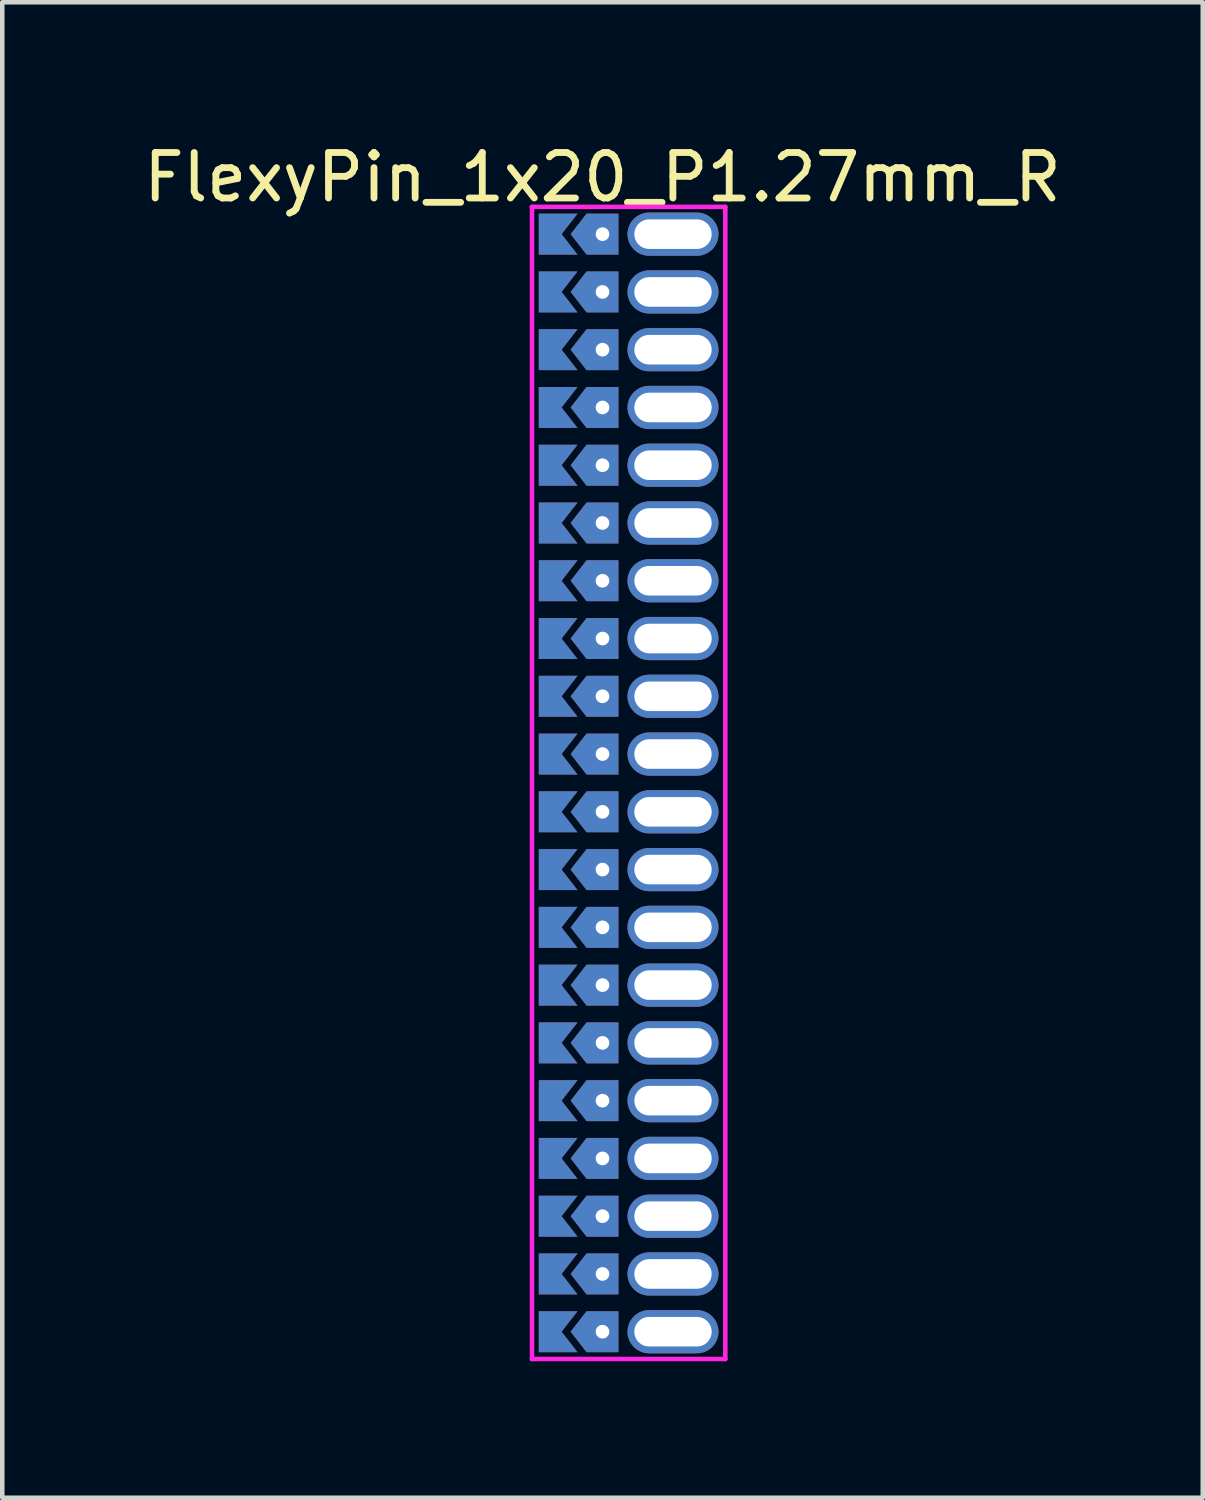
<source format=kicad_pcb>
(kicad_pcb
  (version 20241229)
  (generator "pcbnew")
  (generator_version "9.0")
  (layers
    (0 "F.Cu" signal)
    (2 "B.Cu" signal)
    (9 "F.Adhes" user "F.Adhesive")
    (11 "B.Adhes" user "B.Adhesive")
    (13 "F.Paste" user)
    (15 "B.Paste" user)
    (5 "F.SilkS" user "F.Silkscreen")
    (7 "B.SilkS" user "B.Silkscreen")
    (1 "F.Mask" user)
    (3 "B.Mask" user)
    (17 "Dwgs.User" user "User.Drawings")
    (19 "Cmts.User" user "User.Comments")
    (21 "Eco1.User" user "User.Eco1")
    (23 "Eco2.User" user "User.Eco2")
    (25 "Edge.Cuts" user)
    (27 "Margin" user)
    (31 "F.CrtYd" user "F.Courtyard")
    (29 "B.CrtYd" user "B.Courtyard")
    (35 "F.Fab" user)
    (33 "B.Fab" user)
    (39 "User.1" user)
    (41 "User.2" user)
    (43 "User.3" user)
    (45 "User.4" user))
  (footprint "FlexyPin_1x20_P1.27mm_R"
    (layer "F.Cu")
    (at 10.196 2.098)
    (property "Reference" "FlexyPin_1x20_P1.27mm_R" (at 0 -1.25 0) (layer "F.SilkS") (effects (font (size 1 1) (thickness 0.15))))
    (attr through_hole)
    (fp_line (start -1.55 -0.6) (end 2.7 -0.6) (stroke (width 0.1) (type solid)) (layer "F.CrtYd"))
    (fp_line (start -1.55 24.73) (end -1.55 -0.6) (stroke (width 0.1) (type solid)) (layer "F.CrtYd"))
    (fp_line (start 2.7 -0.6) (end 2.7 24.73) (stroke (width 0.1) (type solid)) (layer "F.CrtYd"))
    (fp_line (start 2.7 24.73) (end -1.55 24.73) (stroke (width 0.1) (type solid)) (layer "F.CrtYd"))
    (pad "" thru_hole custom (at 0 0) (size 0.3 0.3) (drill 0.6) (layers "*.Cu" "*.Mask") (options (anchor rect)) (primitives (gr_poly (pts (xy 0.35 0.45) (xy 0.35 -0.45) (xy -0.35 -0.45) (xy -0.7 0) (xy -0.35 0.45)) (width 0) (fill yes))))
    (pad "" thru_hole custom (at 0 1.27) (size 0.3 0.3) (drill 0.6) (layers "*.Cu" "*.Mask") (options (anchor rect)) (primitives (gr_poly (pts (xy 0.35 0.45) (xy 0.35 -0.45) (xy -0.35 -0.45) (xy -0.7 0) (xy -0.35 0.45)) (width 0) (fill yes))))
    (pad "" thru_hole custom (at 0 2.54) (size 0.3 0.3) (drill 0.6) (layers "*.Cu" "*.Mask") (options (anchor rect)) (primitives (gr_poly (pts (xy 0.35 0.45) (xy 0.35 -0.45) (xy -0.35 -0.45) (xy -0.7 0) (xy -0.35 0.45)) (width 0) (fill yes))))
    (pad "" thru_hole custom (at 0 3.81) (size 0.3 0.3) (drill 0.6) (layers "*.Cu" "*.Mask") (options (anchor rect)) (primitives (gr_poly (pts (xy 0.35 0.45) (xy 0.35 -0.45) (xy -0.35 -0.45) (xy -0.7 0) (xy -0.35 0.45)) (width 0) (fill yes))))
    (pad "" thru_hole custom (at 0 5.08) (size 0.3 0.3) (drill 0.6) (layers "*.Cu" "*.Mask") (options (anchor rect)) (primitives (gr_poly (pts (xy 0.35 0.45) (xy 0.35 -0.45) (xy -0.35 -0.45) (xy -0.7 0) (xy -0.35 0.45)) (width 0) (fill yes))))
    (pad "" thru_hole custom (at 0 6.35) (size 0.3 0.3) (drill 0.6) (layers "*.Cu" "*.Mask") (options (anchor rect)) (primitives (gr_poly (pts (xy 0.35 0.45) (xy 0.35 -0.45) (xy -0.35 -0.45) (xy -0.7 0) (xy -0.35 0.45)) (width 0) (fill yes))))
    (pad "" thru_hole custom (at 0 7.62) (size 0.3 0.3) (drill 0.6) (layers "*.Cu" "*.Mask") (options (anchor rect)) (primitives (gr_poly (pts (xy 0.35 0.45) (xy 0.35 -0.45) (xy -0.35 -0.45) (xy -0.7 0) (xy -0.35 0.45)) (width 0) (fill yes))))
    (pad "" thru_hole custom (at 0 8.89) (size 0.3 0.3) (drill 0.6) (layers "*.Cu" "*.Mask") (options (anchor rect)) (primitives (gr_poly (pts (xy 0.35 0.45) (xy 0.35 -0.45) (xy -0.35 -0.45) (xy -0.7 0) (xy -0.35 0.45)) (width 0) (fill yes))))
    (pad "" thru_hole custom (at 0 10.16) (size 0.3 0.3) (drill 0.6) (layers "*.Cu" "*.Mask") (options (anchor rect)) (primitives (gr_poly (pts (xy 0.35 0.45) (xy 0.35 -0.45) (xy -0.35 -0.45) (xy -0.7 0) (xy -0.35 0.45)) (width 0) (fill yes))))
    (pad "" thru_hole custom (at 0 11.43) (size 0.3 0.3) (drill 0.6) (layers "*.Cu" "*.Mask") (options (anchor rect)) (primitives (gr_poly (pts (xy 0.35 0.45) (xy 0.35 -0.45) (xy -0.35 -0.45) (xy -0.7 0) (xy -0.35 0.45)) (width 0) (fill yes))))
    (pad "" thru_hole custom (at 0 12.7) (size 0.3 0.3) (drill 0.6) (layers "*.Cu" "*.Mask") (options (anchor rect)) (primitives (gr_poly (pts (xy 0.35 0.45) (xy 0.35 -0.45) (xy -0.35 -0.45) (xy -0.7 0) (xy -0.35 0.45)) (width 0) (fill yes))))
    (pad "" thru_hole custom (at 0 13.97) (size 0.3 0.3) (drill 0.6) (layers "*.Cu" "*.Mask") (options (anchor rect)) (primitives (gr_poly (pts (xy 0.35 0.45) (xy 0.35 -0.45) (xy -0.35 -0.45) (xy -0.7 0) (xy -0.35 0.45)) (width 0) (fill yes))))
    (pad "" thru_hole custom (at 0 15.24) (size 0.3 0.3) (drill 0.6) (layers "*.Cu" "*.Mask") (options (anchor rect)) (primitives (gr_poly (pts (xy 0.35 0.45) (xy 0.35 -0.45) (xy -0.35 -0.45) (xy -0.7 0) (xy -0.35 0.45)) (width 0) (fill yes))))
    (pad "" thru_hole custom (at 0 16.51) (size 0.3 0.3) (drill 0.6) (layers "*.Cu" "*.Mask") (options (anchor rect)) (primitives (gr_poly (pts (xy 0.35 0.45) (xy 0.35 -0.45) (xy -0.35 -0.45) (xy -0.7 0) (xy -0.35 0.45)) (width 0) (fill yes))))
    (pad "" thru_hole custom (at 0 17.78) (size 0.3 0.3) (drill 0.6) (layers "*.Cu" "*.Mask") (options (anchor rect)) (primitives (gr_poly (pts (xy 0.35 0.45) (xy 0.35 -0.45) (xy -0.35 -0.45) (xy -0.7 0) (xy -0.35 0.45)) (width 0) (fill yes))))
    (pad "" thru_hole custom (at 0 19.05) (size 0.3 0.3) (drill 0.6) (layers "*.Cu" "*.Mask") (options (anchor rect)) (primitives (gr_poly (pts (xy 0.35 0.45) (xy 0.35 -0.45) (xy -0.35 -0.45) (xy -0.7 0) (xy -0.35 0.45)) (width 0) (fill yes))))
    (pad "" thru_hole custom (at 0 20.32) (size 0.3 0.3) (drill 0.6) (layers "*.Cu" "*.Mask") (options (anchor rect)) (primitives (gr_poly (pts (xy 0.35 0.45) (xy 0.35 -0.45) (xy -0.35 -0.45) (xy -0.7 0) (xy -0.35 0.45)) (width 0) (fill yes))))
    (pad "" thru_hole custom (at 0 21.59) (size 0.3 0.3) (drill 0.6) (layers "*.Cu" "*.Mask") (options (anchor rect)) (primitives (gr_poly (pts (xy 0.35 0.45) (xy 0.35 -0.45) (xy -0.35 -0.45) (xy -0.7 0) (xy -0.35 0.45)) (width 0) (fill yes))))
    (pad "" thru_hole custom (at 0 22.86) (size 0.3 0.3) (drill 0.6) (layers "*.Cu" "*.Mask") (options (anchor rect)) (primitives (gr_poly (pts (xy 0.35 0.45) (xy 0.35 -0.45) (xy -0.35 -0.45) (xy -0.7 0) (xy -0.35 0.45)) (width 0) (fill yes))))
    (pad "" thru_hole custom (at 0 24.13) (size 0.3 0.3) (drill 0.6) (layers "*.Cu" "*.Mask") (options (anchor rect)) (primitives (gr_poly (pts (xy 0.35 0.45) (xy 0.35 -0.45) (xy -0.35 -0.45) (xy -0.7 0) (xy -0.35 0.45)) (width 0) (fill yes))))
    (pad "" thru_hole oval (at 1.55 0) (size 2 0.95) (drill oval 1.7 0.65) (layers "*.Cu" "*.Mask"))
    (pad "" thru_hole oval (at 1.55 1.27) (size 2 0.95) (drill oval 1.7 0.65) (layers "*.Cu" "*.Mask"))
    (pad "" thru_hole oval (at 1.55 2.54) (size 2 0.95) (drill oval 1.7 0.65) (layers "*.Cu" "*.Mask"))
    (pad "" thru_hole oval (at 1.55 3.81) (size 2 0.95) (drill oval 1.7 0.65) (layers "*.Cu" "*.Mask"))
    (pad "" thru_hole oval (at 1.55 5.08) (size 2 0.95) (drill oval 1.7 0.65) (layers "*.Cu" "*.Mask"))
    (pad "" thru_hole oval (at 1.55 6.35) (size 2 0.95) (drill oval 1.7 0.65) (layers "*.Cu" "*.Mask"))
    (pad "" thru_hole oval (at 1.55 7.62) (size 2 0.95) (drill oval 1.7 0.65) (layers "*.Cu" "*.Mask"))
    (pad "" thru_hole oval (at 1.55 8.89) (size 2 0.95) (drill oval 1.7 0.65) (layers "*.Cu" "*.Mask"))
    (pad "" thru_hole oval (at 1.55 10.16) (size 2 0.95) (drill oval 1.7 0.65) (layers "*.Cu" "*.Mask"))
    (pad "" thru_hole oval (at 1.55 11.43) (size 2 0.95) (drill oval 1.7 0.65) (layers "*.Cu" "*.Mask"))
    (pad "" thru_hole oval (at 1.55 12.7) (size 2 0.95) (drill oval 1.7 0.65) (layers "*.Cu" "*.Mask"))
    (pad "" thru_hole oval (at 1.55 13.97) (size 2 0.95) (drill oval 1.7 0.65) (layers "*.Cu" "*.Mask"))
    (pad "" thru_hole oval (at 1.55 15.24) (size 2 0.95) (drill oval 1.7 0.65) (layers "*.Cu" "*.Mask"))
    (pad "" thru_hole oval (at 1.55 16.51) (size 2 0.95) (drill oval 1.7 0.65) (layers "*.Cu" "*.Mask"))
    (pad "" thru_hole oval (at 1.55 17.78) (size 2 0.95) (drill oval 1.7 0.65) (layers "*.Cu" "*.Mask"))
    (pad "" thru_hole oval (at 1.55 19.05) (size 2 0.95) (drill oval 1.7 0.65) (layers "*.Cu" "*.Mask"))
    (pad "" thru_hole oval (at 1.55 20.32) (size 2 0.95) (drill oval 1.7 0.65) (layers "*.Cu" "*.Mask"))
    (pad "" thru_hole oval (at 1.55 21.59) (size 2 0.95) (drill oval 1.7 0.65) (layers "*.Cu" "*.Mask"))
    (pad "" thru_hole oval (at 1.55 22.86) (size 2 0.95) (drill oval 1.7 0.65) (layers "*.Cu" "*.Mask"))
    (pad "" thru_hole oval (at 1.55 24.13) (size 2 0.95) (drill oval 1.7 0.65) (layers "*.Cu" "*.Mask"))
    (pad "1" smd custom (at -0.9 0) (size 0.01 0.01) (layers "F.Cu" "F.Mask") (options (anchor rect)) (primitives (gr_poly (pts (xy 0 0) (xy 0.35 0.45) (xy -0.5 0.45) (xy -0.5 -0.45) (xy 0.35 -0.45)) (width 0) (fill yes))))
    (pad "2" smd custom (at -0.9 1.27) (size 0.01 0.01) (layers "F.Cu" "F.Mask") (options (anchor rect)) (primitives (gr_poly (pts (xy 0 0) (xy 0.35 0.45) (xy -0.5 0.45) (xy -0.5 -0.45) (xy 0.35 -0.45)) (width 0) (fill yes))))
    (pad "3" smd custom (at -0.9 2.54) (size 0.01 0.01) (layers "F.Cu" "F.Mask") (options (anchor rect)) (primitives (gr_poly (pts (xy 0 0) (xy 0.35 0.45) (xy -0.5 0.45) (xy -0.5 -0.45) (xy 0.35 -0.45)) (width 0) (fill yes))))
    (pad "4" smd custom (at -0.9 3.81) (size 0.01 0.01) (layers "F.Cu" "F.Mask") (options (anchor rect)) (primitives (gr_poly (pts (xy 0 0) (xy 0.35 0.45) (xy -0.5 0.45) (xy -0.5 -0.45) (xy 0.35 -0.45)) (width 0) (fill yes))))
    (pad "5" smd custom (at -0.9 5.08) (size 0.01 0.01) (layers "F.Cu" "F.Mask") (options (anchor rect)) (primitives (gr_poly (pts (xy 0 0) (xy 0.35 0.45) (xy -0.5 0.45) (xy -0.5 -0.45) (xy 0.35 -0.45)) (width 0) (fill yes))))
    (pad "6" smd custom (at -0.9 6.35) (size 0.01 0.01) (layers "F.Cu" "F.Mask") (options (anchor rect)) (primitives (gr_poly (pts (xy 0 0) (xy 0.35 0.45) (xy -0.5 0.45) (xy -0.5 -0.45) (xy 0.35 -0.45)) (width 0) (fill yes))))
    (pad "7" smd custom (at -0.9 7.62) (size 0.01 0.01) (layers "F.Cu" "F.Mask") (options (anchor rect)) (primitives (gr_poly (pts (xy 0 0) (xy 0.35 0.45) (xy -0.5 0.45) (xy -0.5 -0.45) (xy 0.35 -0.45)) (width 0) (fill yes))))
    (pad "8" smd custom (at -0.9 8.89) (size 0.01 0.01) (layers "F.Cu" "F.Mask") (options (anchor rect)) (primitives (gr_poly (pts (xy 0 0) (xy 0.35 0.45) (xy -0.5 0.45) (xy -0.5 -0.45) (xy 0.35 -0.45)) (width 0) (fill yes))))
    (pad "9" smd custom (at -0.9 10.16) (size 0.01 0.01) (layers "F.Cu" "F.Mask") (options (anchor rect)) (primitives (gr_poly (pts (xy 0 0) (xy 0.35 0.45) (xy -0.5 0.45) (xy -0.5 -0.45) (xy 0.35 -0.45)) (width 0) (fill yes))))
    (pad "10" smd custom (at -0.9 11.43) (size 0.01 0.01) (layers "F.Cu" "F.Mask") (options (anchor rect)) (primitives (gr_poly (pts (xy 0 0) (xy 0.35 0.45) (xy -0.5 0.45) (xy -0.5 -0.45) (xy 0.35 -0.45)) (width 0) (fill yes))))
    (pad "11" smd custom (at -0.9 12.7) (size 0.01 0.01) (layers "F.Cu" "F.Mask") (options (anchor rect)) (primitives (gr_poly (pts (xy 0 0) (xy 0.35 0.45) (xy -0.5 0.45) (xy -0.5 -0.45) (xy 0.35 -0.45)) (width 0) (fill yes))))
    (pad "12" smd custom (at -0.9 13.97) (size 0.01 0.01) (layers "F.Cu" "F.Mask") (options (anchor rect)) (primitives (gr_poly (pts (xy 0 0) (xy 0.35 0.45) (xy -0.5 0.45) (xy -0.5 -0.45) (xy 0.35 -0.45)) (width 0) (fill yes))))
    (pad "13" smd custom (at -0.9 15.24) (size 0.01 0.01) (layers "F.Cu" "F.Mask") (options (anchor rect)) (primitives (gr_poly (pts (xy 0 0) (xy 0.35 0.45) (xy -0.5 0.45) (xy -0.5 -0.45) (xy 0.35 -0.45)) (width 0) (fill yes))))
    (pad "14" smd custom (at -0.9 16.51) (size 0.01 0.01) (layers "F.Cu" "F.Mask") (options (anchor rect)) (primitives (gr_poly (pts (xy 0 0) (xy 0.35 0.45) (xy -0.5 0.45) (xy -0.5 -0.45) (xy 0.35 -0.45)) (width 0) (fill yes))))
    (pad "15" smd custom (at -0.9 17.78) (size 0.01 0.01) (layers "F.Cu" "F.Mask") (options (anchor rect)) (primitives (gr_poly (pts (xy 0 0) (xy 0.35 0.45) (xy -0.5 0.45) (xy -0.5 -0.45) (xy 0.35 -0.45)) (width 0) (fill yes))))
    (pad "16" smd custom (at -0.9 19.05) (size 0.01 0.01) (layers "F.Cu" "F.Mask") (options (anchor rect)) (primitives (gr_poly (pts (xy 0 0) (xy 0.35 0.45) (xy -0.5 0.45) (xy -0.5 -0.45) (xy 0.35 -0.45)) (width 0) (fill yes))))
    (pad "17" smd custom (at -0.9 20.32) (size 0.01 0.01) (layers "F.Cu" "F.Mask") (options (anchor rect)) (primitives (gr_poly (pts (xy 0 0) (xy 0.35 0.45) (xy -0.5 0.45) (xy -0.5 -0.45) (xy 0.35 -0.45)) (width 0) (fill yes))))
    (pad "18" smd custom (at -0.9 21.59) (size 0.01 0.01) (layers "F.Cu" "F.Mask") (options (anchor rect)) (primitives (gr_poly (pts (xy 0 0) (xy 0.35 0.45) (xy -0.5 0.45) (xy -0.5 -0.45) (xy 0.35 -0.45)) (width 0) (fill yes))))
    (pad "19" smd custom (at -0.9 22.86) (size 0.01 0.01) (layers "F.Cu" "F.Mask") (options (anchor rect)) (primitives (gr_poly (pts (xy 0 0) (xy 0.35 0.45) (xy -0.5 0.45) (xy -0.5 -0.45) (xy 0.35 -0.45)) (width 0) (fill yes))))
    (pad "20" smd custom (at -0.9 24.13) (size 0.01 0.01) (layers "F.Cu" "F.Mask") (options (anchor rect)) (primitives (gr_poly (pts (xy 0 0) (xy 0.35 0.45) (xy -0.5 0.45) (xy -0.5 -0.45) (xy 0.35 -0.45)) (width 0) (fill yes))))
    (pad "21" smd custom (at -0.9 0) (size 0.01 0.01) (layers "B.Cu" "B.Mask") (options (anchor rect)) (primitives (gr_poly (pts (xy 0 0) (xy 0.35 0.45) (xy -0.5 0.45) (xy -0.5 -0.45) (xy 0.35 -0.45)) (width 0) (fill yes))))
    (pad "22" smd custom (at -0.9 1.27) (size 0.01 0.01) (layers "B.Cu" "B.Mask") (options (anchor rect)) (primitives (gr_poly (pts (xy 0 0) (xy 0.35 0.45) (xy -0.5 0.45) (xy -0.5 -0.45) (xy 0.35 -0.45)) (width 0) (fill yes))))
    (pad "23" smd custom (at -0.9 2.54) (size 0.01 0.01) (layers "B.Cu" "B.Mask") (options (anchor rect)) (primitives (gr_poly (pts (xy 0 0) (xy 0.35 0.45) (xy -0.5 0.45) (xy -0.5 -0.45) (xy 0.35 -0.45)) (width 0) (fill yes))))
    (pad "24" smd custom (at -0.9 3.81) (size 0.01 0.01) (layers "B.Cu" "B.Mask") (options (anchor rect)) (primitives (gr_poly (pts (xy 0 0) (xy 0.35 0.45) (xy -0.5 0.45) (xy -0.5 -0.45) (xy 0.35 -0.45)) (width 0) (fill yes))))
    (pad "25" smd custom (at -0.9 5.08) (size 0.01 0.01) (layers "B.Cu" "B.Mask") (options (anchor rect)) (primitives (gr_poly (pts (xy 0 0) (xy 0.35 0.45) (xy -0.5 0.45) (xy -0.5 -0.45) (xy 0.35 -0.45)) (width 0) (fill yes))))
    (pad "26" smd custom (at -0.9 6.35) (size 0.01 0.01) (layers "B.Cu" "B.Mask") (options (anchor rect)) (primitives (gr_poly (pts (xy 0 0) (xy 0.35 0.45) (xy -0.5 0.45) (xy -0.5 -0.45) (xy 0.35 -0.45)) (width 0) (fill yes))))
    (pad "27" smd custom (at -0.9 7.62) (size 0.01 0.01) (layers "B.Cu" "B.Mask") (options (anchor rect)) (primitives (gr_poly (pts (xy 0 0) (xy 0.35 0.45) (xy -0.5 0.45) (xy -0.5 -0.45) (xy 0.35 -0.45)) (width 0) (fill yes))))
    (pad "28" smd custom (at -0.9 8.89) (size 0.01 0.01) (layers "B.Cu" "B.Mask") (options (anchor rect)) (primitives (gr_poly (pts (xy 0 0) (xy 0.35 0.45) (xy -0.5 0.45) (xy -0.5 -0.45) (xy 0.35 -0.45)) (width 0) (fill yes))))
    (pad "29" smd custom (at -0.9 10.16) (size 0.01 0.01) (layers "B.Cu" "B.Mask") (options (anchor rect)) (primitives (gr_poly (pts (xy 0 0) (xy 0.35 0.45) (xy -0.5 0.45) (xy -0.5 -0.45) (xy 0.35 -0.45)) (width 0) (fill yes))))
    (pad "30" smd custom (at -0.9 11.43) (size 0.01 0.01) (layers "B.Cu" "B.Mask") (options (anchor rect)) (primitives (gr_poly (pts (xy 0 0) (xy 0.35 0.45) (xy -0.5 0.45) (xy -0.5 -0.45) (xy 0.35 -0.45)) (width 0) (fill yes))))
    (pad "31" smd custom (at -0.9 12.7) (size 0.01 0.01) (layers "B.Cu" "B.Mask") (options (anchor rect)) (primitives (gr_poly (pts (xy 0 0) (xy 0.35 0.45) (xy -0.5 0.45) (xy -0.5 -0.45) (xy 0.35 -0.45)) (width 0) (fill yes))))
    (pad "32" smd custom (at -0.9 13.97) (size 0.01 0.01) (layers "B.Cu" "B.Mask") (options (anchor rect)) (primitives (gr_poly (pts (xy 0 0) (xy 0.35 0.45) (xy -0.5 0.45) (xy -0.5 -0.45) (xy 0.35 -0.45)) (width 0) (fill yes))))
    (pad "33" smd custom (at -0.9 15.24) (size 0.01 0.01) (layers "B.Cu" "B.Mask") (options (anchor rect)) (primitives (gr_poly (pts (xy 0 0) (xy 0.35 0.45) (xy -0.5 0.45) (xy -0.5 -0.45) (xy 0.35 -0.45)) (width 0) (fill yes))))
    (pad "34" smd custom (at -0.9 16.51) (size 0.01 0.01) (layers "B.Cu" "B.Mask") (options (anchor rect)) (primitives (gr_poly (pts (xy 0 0) (xy 0.35 0.45) (xy -0.5 0.45) (xy -0.5 -0.45) (xy 0.35 -0.45)) (width 0) (fill yes))))
    (pad "35" smd custom (at -0.9 17.78) (size 0.01 0.01) (layers "B.Cu" "B.Mask") (options (anchor rect)) (primitives (gr_poly (pts (xy 0 0) (xy 0.35 0.45) (xy -0.5 0.45) (xy -0.5 -0.45) (xy 0.35 -0.45)) (width 0) (fill yes))))
    (pad "36" smd custom (at -0.9 19.05) (size 0.01 0.01) (layers "B.Cu" "B.Mask") (options (anchor rect)) (primitives (gr_poly (pts (xy 0 0) (xy 0.35 0.45) (xy -0.5 0.45) (xy -0.5 -0.45) (xy 0.35 -0.45)) (width 0) (fill yes))))
    (pad "37" smd custom (at -0.9 20.32) (size 0.01 0.01) (layers "B.Cu" "B.Mask") (options (anchor rect)) (primitives (gr_poly (pts (xy 0 0) (xy 0.35 0.45) (xy -0.5 0.45) (xy -0.5 -0.45) (xy 0.35 -0.45)) (width 0) (fill yes))))
    (pad "38" smd custom (at -0.9 21.59) (size 0.01 0.01) (layers "B.Cu" "B.Mask") (options (anchor rect)) (primitives (gr_poly (pts (xy 0 0) (xy 0.35 0.45) (xy -0.5 0.45) (xy -0.5 -0.45) (xy 0.35 -0.45)) (width 0) (fill yes))))
    (pad "39" smd custom (at -0.9 22.86) (size 0.01 0.01) (layers "B.Cu" "B.Mask") (options (anchor rect)) (primitives (gr_poly (pts (xy 0 0) (xy 0.35 0.45) (xy -0.5 0.45) (xy -0.5 -0.45) (xy 0.35 -0.45)) (width 0) (fill yes))))
    (pad "40" smd custom (at -0.9 24.13) (size 0.01 0.01) (layers "B.Cu" "B.Mask") (options (anchor rect)) (primitives (gr_poly (pts (xy 0 0) (xy 0.35 0.45) (xy -0.5 0.45) (xy -0.5 -0.45) (xy 0.35 -0.45)) (width 0) (fill yes)))))
  (gr_rect
    (start -3 -3)
    (end 23.393 29.878)
    (stroke (width 0.1) (type default))
    (fill no)
    (layer "Edge.Cuts")))
</source>
